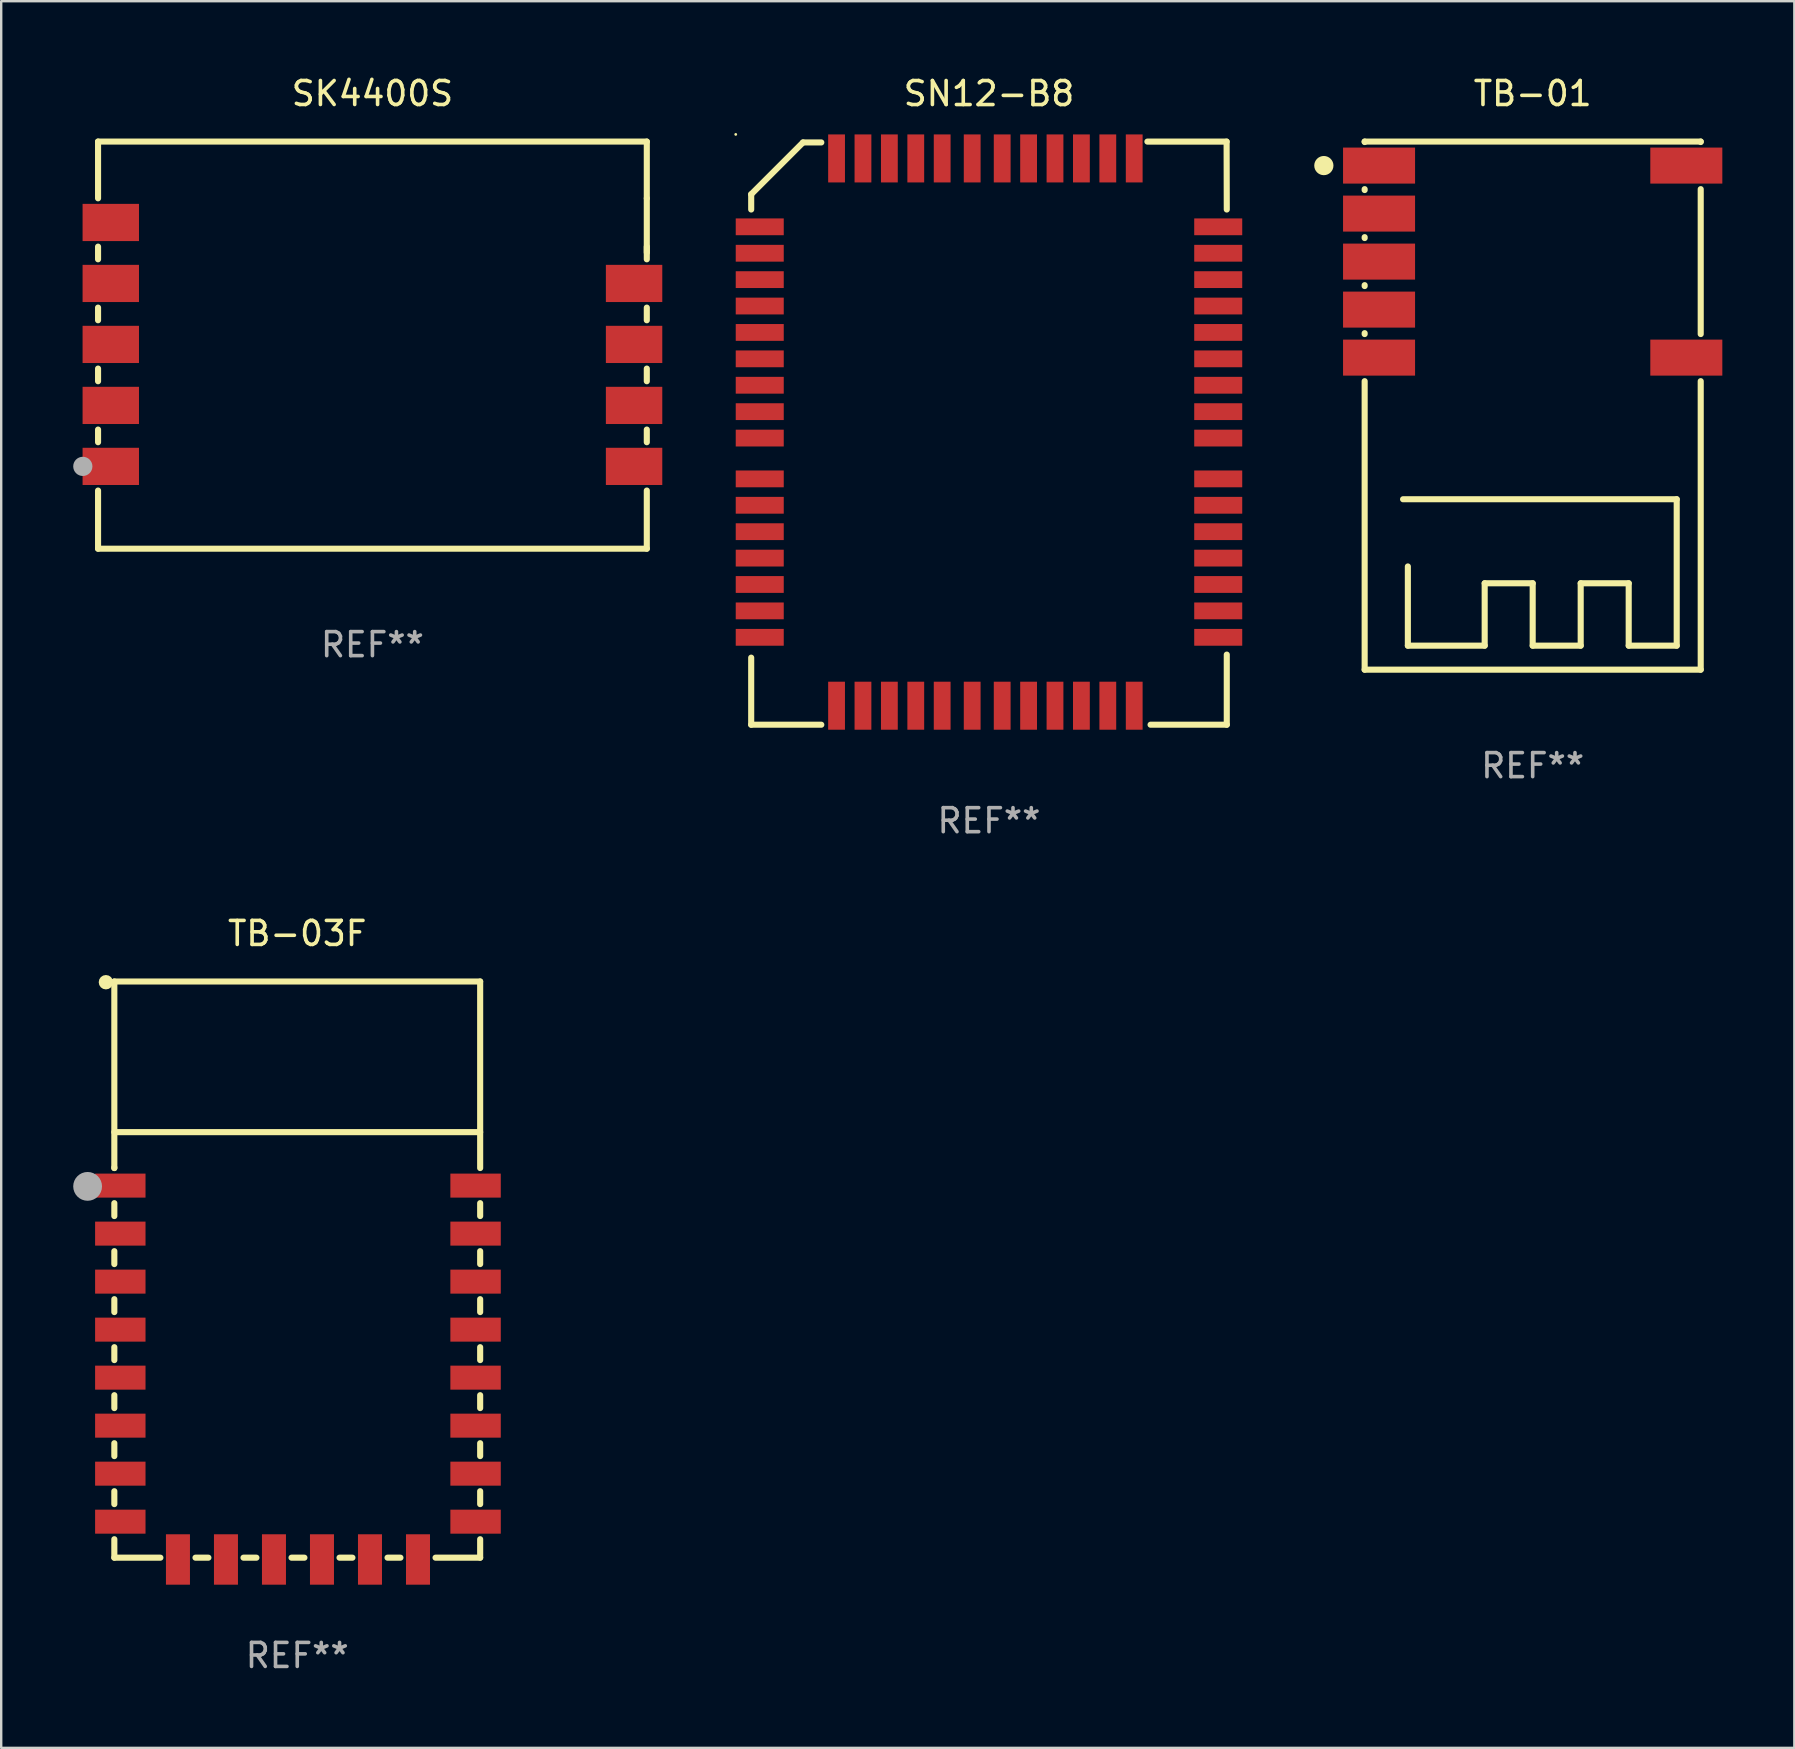
<source format=kicad_pcb>
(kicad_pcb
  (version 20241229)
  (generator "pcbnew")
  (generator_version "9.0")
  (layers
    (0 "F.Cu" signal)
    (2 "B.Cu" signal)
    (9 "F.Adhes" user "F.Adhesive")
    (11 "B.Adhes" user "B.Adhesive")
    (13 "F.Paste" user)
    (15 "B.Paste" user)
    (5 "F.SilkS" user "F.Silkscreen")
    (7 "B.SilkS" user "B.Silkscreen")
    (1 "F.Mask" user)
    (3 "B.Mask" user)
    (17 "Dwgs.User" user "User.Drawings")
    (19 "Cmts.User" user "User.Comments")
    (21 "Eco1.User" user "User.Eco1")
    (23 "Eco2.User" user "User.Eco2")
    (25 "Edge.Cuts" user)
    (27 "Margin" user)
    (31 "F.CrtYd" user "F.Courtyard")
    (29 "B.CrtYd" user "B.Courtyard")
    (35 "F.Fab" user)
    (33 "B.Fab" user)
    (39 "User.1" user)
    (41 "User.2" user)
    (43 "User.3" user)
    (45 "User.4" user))
  (footprint "TB-01"
    (layer "F.Cu")
    (at 60.8 13.848)
    (property "Reference" "TB-01" (at 0 -13 0) (layer "F.SilkS") (effects (font (size 1 1) (thickness 0.15))))
    (attr through_hole)
    (fp_line (start -7 -11) (end -7 -10.981) (stroke (width 0.254) (type solid)) (layer "F.SilkS"))
    (fp_line (start -7 -9.019) (end -7 -8.981) (stroke (width 0.254) (type solid)) (layer "F.SilkS"))
    (fp_line (start -7 -7.019) (end -7 -6.981) (stroke (width 0.254) (type solid)) (layer "F.SilkS"))
    (fp_line (start -7 -5.019) (end -7 -4.981) (stroke (width 0.254) (type solid)) (layer "F.SilkS"))
    (fp_line (start -7 -3.019) (end -7 -2.981) (stroke (width 0.254) (type solid)) (layer "F.SilkS"))
    (fp_line (start -7 -1.019) (end -7 11) (stroke (width 0.254) (type solid)) (layer "F.SilkS"))
    (fp_line (start -5.2 6.7) (end -5.2 10) (stroke (width 0.254) (type solid)) (layer "F.SilkS"))
    (fp_line (start -5.2 10) (end -2 10) (stroke (width 0.254) (type solid)) (layer "F.SilkS"))
    (fp_line (start -2 7.4) (end -0.000076 7.4) (stroke (width 0.254) (type solid)) (layer "F.SilkS"))
    (fp_line (start -2 10) (end -2 7.4) (stroke (width 0.254) (type solid)) (layer "F.SilkS"))
    (fp_line (start -0.000076 7.4) (end -0.000076 10) (stroke (width 0.254) (type solid)) (layer "F.SilkS"))
    (fp_line (start -0.000076 10) (end 2 10) (stroke (width 0.254) (type solid)) (layer "F.SilkS"))
    (fp_line (start 2 7.4) (end 4 7.4) (stroke (width 0.254) (type solid)) (layer "F.SilkS"))
    (fp_line (start 2 10) (end 2 7.4) (stroke (width 0.254) (type solid)) (layer "F.SilkS"))
    (fp_line (start 4 7.4) (end 4 10) (stroke (width 0.254) (type solid)) (layer "F.SilkS"))
    (fp_line (start 4 10) (end 6 10) (stroke (width 0.254) (type solid)) (layer "F.SilkS"))
    (fp_line (start 6 3.9) (end -5.4 3.9) (stroke (width 0.254) (type solid)) (layer "F.SilkS"))
    (fp_line (start 6 10) (end 6 3.9) (stroke (width 0.254) (type solid)) (layer "F.SilkS"))
    (fp_line (start 7 -11) (end -7 -11) (stroke (width 0.254) (type solid)) (layer "F.SilkS"))
    (fp_line (start 7 -10.981) (end 7 -11) (stroke (width 0.254) (type solid)) (layer "F.SilkS"))
    (fp_line (start 7 -2.981) (end 7 -9.019) (stroke (width 0.254) (type solid)) (layer "F.SilkS"))
    (fp_line (start 7 11) (end -7 11) (stroke (width 0.254) (type solid)) (layer "F.SilkS"))
    (fp_line (start 7 11) (end 7 -1.019) (stroke (width 0.254) (type solid)) (layer "F.SilkS"))
    (fp_circle (center -8.7 -10) (end -8.5 -10) (stroke (width 0.4) (type solid)) (fill no) (layer "F.SilkS"))
    (fp_circle (center -7 -11) (end -6.97 -11) (stroke (width 0.06) (type solid)) (fill no) (layer "F.SilkS"))
    (fp_text user "REF**" (at 0 15 0) (layer "F.Fab") (effects (font (size 1 1) (thickness 0.15))))
    (pad "1" smd rect (at -6.4 -10 180) (size 3 1.5) (layers "F.Cu" "F.Mask" "F.Paste"))
    (pad "2" smd rect (at -6.4 -8 180) (size 3 1.5) (layers "F.Cu" "F.Mask" "F.Paste"))
    (pad "3" smd rect (at -6.4 -6 180) (size 3 1.5) (layers "F.Cu" "F.Mask" "F.Paste"))
    (pad "4" smd rect (at -6.4 -4 180) (size 3 1.5) (layers "F.Cu" "F.Mask" "F.Paste"))
    (pad "5" smd rect (at -6.4 -2 180) (size 3 1.5) (layers "F.Cu" "F.Mask" "F.Paste"))
    (pad "6" smd rect (at 6.4 -10) (size 3 1.5) (layers "F.Cu" "F.Mask" "F.Paste"))
    (pad "7" smd rect (at 6.4 -2) (size 3 1.5) (layers "F.Cu" "F.Mask" "F.Paste")))
  (footprint "SK4400S"
    (layer "F.Cu")
    (at 12.465 11.328)
    (property "Reference" "SK4400S" (at 0 -10.48 0) (layer "F.SilkS") (effects (font (size 1 1) (thickness 0.15))))
    (attr through_hole)
    (fp_line (start -11.43 -8.48) (end -11.43 -6.116) (stroke (width 0.254) (type solid)) (layer "F.SilkS"))
    (fp_line (start -11.43 -4.103) (end -11.43 -3.576) (stroke (width 0.254) (type solid)) (layer "F.SilkS"))
    (fp_line (start -11.43 -1.563) (end -11.43 -1.036) (stroke (width 0.254) (type solid)) (layer "F.SilkS"))
    (fp_line (start -11.43 0.977) (end -11.43 1.504) (stroke (width 0.254) (type solid)) (layer "F.SilkS"))
    (fp_line (start -11.43 3.517) (end -11.43 4.044) (stroke (width 0.254) (type solid)) (layer "F.SilkS"))
    (fp_line (start -11.43 6.057) (end -11.43 8.48) (stroke (width 0.254) (type solid)) (layer "F.SilkS"))
    (fp_line (start -11.43 8.48) (end 11.43 8.48) (stroke (width 0.254) (type solid)) (layer "F.SilkS"))
    (fp_line (start 11.43 -8.48) (end -11.43 -8.48) (stroke (width 0.254) (type solid)) (layer "F.SilkS"))
    (fp_line (start 11.43 -6.116) (end 11.43 -8.48) (stroke (width 0.254) (type solid)) (layer "F.SilkS"))
    (fp_line (start 11.43 -6.116) (end 11.43 -3.857) (stroke (width 0.254) (type solid)) (layer "F.SilkS"))
    (fp_line (start 11.43 -3.576) (end 11.43 -4.103) (stroke (width 0.254) (type solid)) (layer "F.SilkS"))
    (fp_line (start 11.43 -1.036) (end 11.43 -1.563) (stroke (width 0.254) (type solid)) (layer "F.SilkS"))
    (fp_line (start 11.43 1.504) (end 11.43 0.977) (stroke (width 0.254) (type solid)) (layer "F.SilkS"))
    (fp_line (start 11.43 4.044) (end 11.43 3.517) (stroke (width 0.254) (type solid)) (layer "F.SilkS"))
    (fp_line (start 11.43 8.48) (end 11.43 6.057) (stroke (width 0.254) (type solid)) (layer "F.SilkS"))
    (fp_circle (center -11.43 8.421) (end -11.4 8.421) (stroke (width 0.06) (type solid)) (fill no) (layer "F.SilkS"))
    (fp_circle (center -12.065 5.051) (end -11.865 5.051) (stroke (width 0.4) (type solid)) (fill no) (layer "F.Fab"))
    (fp_text user "REF**" (at 0 12.48 0) (layer "F.Fab") (effects (font (size 1 1) (thickness 0.15))))
    (pad "1" smd rect (at -10.9 5.051) (size 2.35 1.55) (layers "F.Cu" "F.Mask" "F.Paste"))
    (pad "2" smd rect (at -10.9 2.511) (size 2.35 1.55) (layers "F.Cu" "F.Mask" "F.Paste"))
    (pad "3" smd rect (at -10.9 -0.03) (size 2.35 1.55) (layers "F.Cu" "F.Mask" "F.Paste"))
    (pad "4" smd rect (at -10.9 -2.57) (size 2.35 1.55) (layers "F.Cu" "F.Mask" "F.Paste"))
    (pad "5" smd rect (at -10.9 -5.11) (size 2.35 1.55) (layers "F.Cu" "F.Mask" "F.Paste"))
    (pad "7" smd rect (at 10.9 -2.57) (size 2.35 1.55) (layers "F.Cu" "F.Mask" "F.Paste"))
    (pad "8" smd rect (at 10.9 -0.03) (size 2.35 1.55) (layers "F.Cu" "F.Mask" "F.Paste"))
    (pad "9" smd rect (at 10.9 2.511) (size 2.35 1.55) (layers "F.Cu" "F.Mask" "F.Paste"))
    (pad "10" smd rect (at 10.9 5.051) (size 2.35 1.55) (layers "F.Cu" "F.Mask" "F.Paste")))
  (footprint "TB-03F"
    (layer "F.Cu")
    (at 9.333 49.877)
    (property "Reference" "TB-03F" (at 0 -14.039 0) (layer "F.SilkS") (effects (font (size 1 1) (thickness 0.15))))
    (attr through_hole)
    (fp_line (start -7.62 -12.039) (end 7.62 -12.039) (stroke (width 0.254) (type solid)) (layer "F.SilkS"))
    (fp_line (start -7.62 -5.764) (end 7.62 -5.764) (stroke (width 0.254) (type solid)) (layer "F.SilkS"))
    (fp_line (start -7.62 -4.267) (end -7.62 -12.039) (stroke (width 0.254) (type solid)) (layer "F.SilkS"))
    (fp_line (start -7.62 -4.267) (end -7.62 -4.292) (stroke (width 0.254) (type solid)) (layer "F.SilkS"))
    (fp_line (start -7.62 -2.267) (end -7.62 -2.805) (stroke (width 0.254) (type solid)) (layer "F.SilkS"))
    (fp_line (start -7.62 -0.267) (end -7.62 -0.805) (stroke (width 0.254) (type solid)) (layer "F.SilkS"))
    (fp_line (start -7.62 1.733) (end -7.62 1.195) (stroke (width 0.254) (type solid)) (layer "F.SilkS"))
    (fp_line (start -7.62 3.733) (end -7.62 3.195) (stroke (width 0.254) (type solid)) (layer "F.SilkS"))
    (fp_line (start -7.62 5.733) (end -7.62 5.195) (stroke (width 0.254) (type solid)) (layer "F.SilkS"))
    (fp_line (start -7.62 7.733) (end -7.62 7.195) (stroke (width 0.254) (type solid)) (layer "F.SilkS"))
    (fp_line (start -7.62 9.733) (end -7.62 9.195) (stroke (width 0.254) (type solid)) (layer "F.SilkS"))
    (fp_line (start -7.62 11.964) (end -7.62 11.195) (stroke (width 0.254) (type solid)) (layer "F.SilkS"))
    (fp_line (start -5.701 11.964) (end -7.62 11.964) (stroke (width 0.254) (type solid)) (layer "F.SilkS"))
    (fp_line (start -3.701 11.964) (end -4.239 11.964) (stroke (width 0.254) (type solid)) (layer "F.SilkS"))
    (fp_line (start -1.701 11.964) (end -2.239 11.964) (stroke (width 0.254) (type solid)) (layer "F.SilkS"))
    (fp_line (start 0.299 11.964) (end -0.239 11.964) (stroke (width 0.254) (type solid)) (layer "F.SilkS"))
    (fp_line (start 2.299 11.964) (end 1.761 11.964) (stroke (width 0.254) (type solid)) (layer "F.SilkS"))
    (fp_line (start 4.299 11.964) (end 3.761 11.964) (stroke (width 0.254) (type solid)) (layer "F.SilkS"))
    (fp_line (start 7.62 -12.039) (end 7.62 -4.267) (stroke (width 0.254) (type solid)) (layer "F.SilkS"))
    (fp_line (start 7.62 -2.805) (end 7.62 -2.267) (stroke (width 0.254) (type solid)) (layer "F.SilkS"))
    (fp_line (start 7.62 -0.805) (end 7.62 -0.267) (stroke (width 0.254) (type solid)) (layer "F.SilkS"))
    (fp_line (start 7.62 1.195) (end 7.62 1.733) (stroke (width 0.254) (type solid)) (layer "F.SilkS"))
    (fp_line (start 7.62 3.195) (end 7.62 3.733) (stroke (width 0.254) (type solid)) (layer "F.SilkS"))
    (fp_line (start 7.62 5.195) (end 7.62 5.733) (stroke (width 0.254) (type solid)) (layer "F.SilkS"))
    (fp_line (start 7.62 7.195) (end 7.62 7.733) (stroke (width 0.254) (type solid)) (layer "F.SilkS"))
    (fp_line (start 7.62 9.195) (end 7.62 9.733) (stroke (width 0.254) (type solid)) (layer "F.SilkS"))
    (fp_line (start 7.62 11.195) (end 7.62 11.964) (stroke (width 0.254) (type solid)) (layer "F.SilkS"))
    (fp_line (start 7.62 11.964) (end 5.761 11.964) (stroke (width 0.254) (type solid)) (layer "F.SilkS"))
    (fp_circle (center -7.971 -12.009) (end -7.821 -12.009) (stroke (width 0.3) (type solid)) (fill no) (layer "F.SilkS"))
    (fp_circle (center -8.733 -3.504) (end -8.433 -3.504) (stroke (width 0.6) (type solid)) (fill no) (layer "F.Fab"))
    (fp_text user "REF**" (at 0 16.039 0) (layer "F.Fab") (effects (font (size 1 1) (thickness 0.15))))
    (pad "1" smd rect (at -7.371 -3.536) (size 2.1 1) (layers "F.Cu" "F.Mask" "F.Paste"))
    (pad "2" smd rect (at -7.371 -1.536) (size 2.1 1) (layers "F.Cu" "F.Mask" "F.Paste"))
    (pad "3" smd rect (at -7.371 0.464) (size 2.1 1) (layers "F.Cu" "F.Mask" "F.Paste"))
    (pad "4" smd rect (at -7.371 2.464) (size 2.1 1) (layers "F.Cu" "F.Mask" "F.Paste"))
    (pad "5" smd rect (at -7.371 4.464) (size 2.1 1) (layers "F.Cu" "F.Mask" "F.Paste"))
    (pad "6" smd rect (at -7.371 6.464) (size 2.1 1) (layers "F.Cu" "F.Mask" "F.Paste"))
    (pad "7" smd rect (at -7.371 8.464) (size 2.1 1) (layers "F.Cu" "F.Mask" "F.Paste"))
    (pad "8" smd rect (at -7.371 10.464) (size 2.1 1) (layers "F.Cu" "F.Mask" "F.Paste"))
    (pad "9" smd rect (at -4.97 12.039 90) (size 2.1 1) (layers "F.Cu" "F.Mask" "F.Paste"))
    (pad "10" smd rect (at -2.97 12.039 90) (size 2.1 1) (layers "F.Cu" "F.Mask" "F.Paste"))
    (pad "11" smd rect (at -0.97 12.039 90) (size 2.1 1) (layers "F.Cu" "F.Mask" "F.Paste"))
    (pad "12" smd rect (at 1.03 12.039 90) (size 2.1 1) (layers "F.Cu" "F.Mask" "F.Paste"))
    (pad "13" smd rect (at 3.03 12.039 90) (size 2.1 1) (layers "F.Cu" "F.Mask" "F.Paste"))
    (pad "14" smd rect (at 5.03 12.039 90) (size 2.1 1) (layers "F.Cu" "F.Mask" "F.Paste"))
    (pad "15" smd rect (at 7.429 10.464 180) (size 2.1 1) (layers "F.Cu" "F.Mask" "F.Paste"))
    (pad "16" smd rect (at 7.429 8.464 180) (size 2.1 1) (layers "F.Cu" "F.Mask" "F.Paste"))
    (pad "17" smd rect (at 7.429 6.464 180) (size 2.1 1) (layers "F.Cu" "F.Mask" "F.Paste"))
    (pad "18" smd rect (at 7.429 4.464 180) (size 2.1 1) (layers "F.Cu" "F.Mask" "F.Paste"))
    (pad "19" smd rect (at 7.429 2.464 180) (size 2.1 1) (layers "F.Cu" "F.Mask" "F.Paste"))
    (pad "20" smd rect (at 7.429 0.464 180) (size 2.1 1) (layers "F.Cu" "F.Mask" "F.Paste"))
    (pad "21" smd rect (at 7.429 -1.536 180) (size 2.1 1) (layers "F.Cu" "F.Mask" "F.Paste"))
    (pad "22" smd rect (at 7.429 -3.536 180) (size 2.1 1) (layers "F.Cu" "F.Mask" "F.Paste")))
  (footprint "SN12-B8"
    (layer "F.Cu")
    (at 38.15 14.995)
    (property "Reference" "SN12-B8" (at 0 -14.146 0) (layer "F.SilkS") (effects (font (size 1 1) (thickness 0.15))))
    (attr through_hole)
    (fp_line (start -9.906 -9.952) (end -7.747 -12.111) (stroke (width 0.254) (type solid)) (layer "F.SilkS"))
    (fp_line (start -9.906 -9.317) (end -9.906 -9.952) (stroke (width 0.254) (type solid)) (layer "F.SilkS"))
    (fp_line (start -9.906 9.352) (end -9.906 12.146) (stroke (width 0.254) (type solid)) (layer "F.SilkS"))
    (fp_line (start -9.906 12.146) (end -6.985 12.146) (stroke (width 0.254) (type solid)) (layer "F.SilkS"))
    (fp_line (start -7.747 -12.111) (end -6.985 -12.111) (stroke (width 0.254) (type solid)) (layer "F.SilkS"))
    (fp_line (start 6.599 -12.146) (end 9.899 -12.146) (stroke (width 0.254) (type solid)) (layer "F.SilkS"))
    (fp_line (start 9.899 -12.146) (end 9.906 -9.317) (stroke (width 0.254) (type solid)) (layer "F.SilkS"))
    (fp_line (start 9.906 9.225) (end 9.906 12.146) (stroke (width 0.254) (type solid)) (layer "F.SilkS"))
    (fp_line (start 9.906 12.146) (end 6.731 12.146) (stroke (width 0.254) (type solid)) (layer "F.SilkS"))
    (fp_circle (center -10.55 -12.446) (end -10.52 -12.446) (stroke (width 0.06) (type solid)) (fill no) (layer "F.SilkS"))
    (fp_text user "REF**" (at 0 16.146 0) (layer "F.Fab") (effects (font (size 1 1) (thickness 0.15))))
    (pad "1" smd rect (at -9.55 -8.596) (size 2 0.7) (layers "F.Cu" "F.Mask" "F.Paste"))
    (pad "2" smd rect (at -9.55 -7.495) (size 2 0.7) (layers "F.Cu" "F.Mask" "F.Paste"))
    (pad "3" smd rect (at -9.55 -6.396) (size 2 0.7) (layers "F.Cu" "F.Mask" "F.Paste"))
    (pad "4" smd rect (at -9.55 -5.296) (size 2 0.7) (layers "F.Cu" "F.Mask" "F.Paste"))
    (pad "5" smd rect (at -9.55 -4.196) (size 2 0.7) (layers "F.Cu" "F.Mask" "F.Paste"))
    (pad "6" smd rect (at -9.55 -3.096) (size 2 0.7) (layers "F.Cu" "F.Mask" "F.Paste"))
    (pad "7" smd rect (at -9.55 -1.996) (size 2 0.7) (layers "F.Cu" "F.Mask" "F.Paste"))
    (pad "8" smd rect (at -9.55 -0.896) (size 2 0.7) (layers "F.Cu" "F.Mask" "F.Paste"))
    (pad "9" smd rect (at -9.55 0.205) (size 2 0.7) (layers "F.Cu" "F.Mask" "F.Paste"))
    (pad "10" smd rect (at -9.55 1.905) (size 2 0.7) (layers "F.Cu" "F.Mask" "F.Paste"))
    (pad "11" smd rect (at -9.55 3.004) (size 2 0.7) (layers "F.Cu" "F.Mask" "F.Paste"))
    (pad "12" smd rect (at -9.55 4.104) (size 2 0.7) (layers "F.Cu" "F.Mask" "F.Paste"))
    (pad "13" smd rect (at -9.55 5.205) (size 2 0.7) (layers "F.Cu" "F.Mask" "F.Paste"))
    (pad "14" smd rect (at -9.55 6.304) (size 2 0.7) (layers "F.Cu" "F.Mask" "F.Paste"))
    (pad "15" smd rect (at -9.55 7.404) (size 2 0.7) (layers "F.Cu" "F.Mask" "F.Paste"))
    (pad "16" smd rect (at -9.55 8.505) (size 2 0.7) (layers "F.Cu" "F.Mask" "F.Paste"))
    (pad "17" smd rect (at -6.35 11.354 90) (size 2 0.7) (layers "F.Cu" "F.Mask" "F.Paste"))
    (pad "18" smd rect (at -5.25 11.354 90) (size 2 0.7) (layers "F.Cu" "F.Mask" "F.Paste"))
    (pad "19" smd rect (at -4.15 11.354 90) (size 2 0.7) (layers "F.Cu" "F.Mask" "F.Paste"))
    (pad "20" smd rect (at -3.05 11.354 90) (size 2 0.7) (layers "F.Cu" "F.Mask" "F.Paste"))
    (pad "21" smd rect (at -1.95 11.354 90) (size 2 0.7) (layers "F.Cu" "F.Mask" "F.Paste"))
    (pad "22" smd rect (at -0.7 11.354 90) (size 2 0.7) (layers "F.Cu" "F.Mask" "F.Paste"))
    (pad "23" smd rect (at 0.55 11.354 90) (size 2 0.7) (layers "F.Cu" "F.Mask" "F.Paste"))
    (pad "24" smd rect (at 1.65 11.354 90) (size 2 0.7) (layers "F.Cu" "F.Mask" "F.Paste"))
    (pad "25" smd rect (at 2.75 11.354 90) (size 2 0.7) (layers "F.Cu" "F.Mask" "F.Paste"))
    (pad "26" smd rect (at 3.85 11.354 90) (size 2 0.7) (layers "F.Cu" "F.Mask" "F.Paste"))
    (pad "27" smd rect (at 4.95 11.354 90) (size 2 0.7) (layers "F.Cu" "F.Mask" "F.Paste"))
    (pad "28" smd rect (at 6.05 11.354 90) (size 2 0.7) (layers "F.Cu" "F.Mask" "F.Paste"))
    (pad "29" smd rect (at 9.55 8.505 180) (size 2 0.7) (layers "F.Cu" "F.Mask" "F.Paste"))
    (pad "30" smd rect (at 9.55 7.404 180) (size 2 0.7) (layers "F.Cu" "F.Mask" "F.Paste"))
    (pad "31" smd rect (at 9.55 6.304 180) (size 2 0.7) (layers "F.Cu" "F.Mask" "F.Paste"))
    (pad "32" smd rect (at 9.55 5.205 180) (size 2 0.7) (layers "F.Cu" "F.Mask" "F.Paste"))
    (pad "33" smd rect (at 9.55 4.104 180) (size 2 0.7) (layers "F.Cu" "F.Mask" "F.Paste"))
    (pad "34" smd rect (at 9.55 3.004 180) (size 2 0.7) (layers "F.Cu" "F.Mask" "F.Paste"))
    (pad "35" smd rect (at 9.55 1.905 180) (size 2 0.7) (layers "F.Cu" "F.Mask" "F.Paste"))
    (pad "36" smd rect (at 9.55 0.205 180) (size 2 0.7) (layers "F.Cu" "F.Mask" "F.Paste"))
    (pad "37" smd rect (at 9.55 -0.896 180) (size 2 0.7) (layers "F.Cu" "F.Mask" "F.Paste"))
    (pad "38" smd rect (at 9.55 -1.996 180) (size 2 0.7) (layers "F.Cu" "F.Mask" "F.Paste"))
    (pad "39" smd rect (at 9.55 -3.096 180) (size 2 0.7) (layers "F.Cu" "F.Mask" "F.Paste"))
    (pad "40" smd rect (at 9.55 -4.196 180) (size 2 0.7) (layers "F.Cu" "F.Mask" "F.Paste"))
    (pad "41" smd rect (at 9.55 -5.296 180) (size 2 0.7) (layers "F.Cu" "F.Mask" "F.Paste"))
    (pad "42" smd rect (at 9.55 -6.396 180) (size 2 0.7) (layers "F.Cu" "F.Mask" "F.Paste"))
    (pad "43" smd rect (at 9.55 -7.495 180) (size 2 0.7) (layers "F.Cu" "F.Mask" "F.Paste"))
    (pad "44" smd rect (at 9.55 -8.596 180) (size 2 0.7) (layers "F.Cu" "F.Mask" "F.Paste"))
    (pad "45" smd rect (at 6.05 -11.445 270) (size 2 0.7) (layers "F.Cu" "F.Mask" "F.Paste"))
    (pad "46" smd rect (at 4.95 -11.445 270) (size 2 0.7) (layers "F.Cu" "F.Mask" "F.Paste"))
    (pad "47" smd rect (at 3.85 -11.445 270) (size 2 0.7) (layers "F.Cu" "F.Mask" "F.Paste"))
    (pad "48" smd rect (at 2.75 -11.445 270) (size 2 0.7) (layers "F.Cu" "F.Mask" "F.Paste"))
    (pad "49" smd rect (at 1.65 -11.445 270) (size 2 0.7) (layers "F.Cu" "F.Mask" "F.Paste"))
    (pad "50" smd rect (at 0.55 -11.445 270) (size 2 0.7) (layers "F.Cu" "F.Mask" "F.Paste"))
    (pad "51" smd rect (at -0.7 -11.445 270) (size 2 0.7) (layers "F.Cu" "F.Mask" "F.Paste"))
    (pad "52" smd rect (at -1.95 -11.445 270) (size 2 0.7) (layers "F.Cu" "F.Mask" "F.Paste"))
    (pad "53" smd rect (at -3.05 -11.445 270) (size 2 0.7) (layers "F.Cu" "F.Mask" "F.Paste"))
    (pad "54" smd rect (at -4.15 -11.445 270) (size 2 0.7) (layers "F.Cu" "F.Mask" "F.Paste"))
    (pad "55" smd rect (at -5.25 -11.445 270) (size 2 0.7) (layers "F.Cu" "F.Mask" "F.Paste"))
    (pad "56" smd rect (at -6.35 -11.445 270) (size 2 0.7) (layers "F.Cu" "F.Mask" "F.Paste")))
  (gr_rect
    (start -3 -3)
    (end 71.7 69.764)
    (stroke (width 0.1) (type default))
    (fill no)
    (layer "Edge.Cuts")))
</source>
